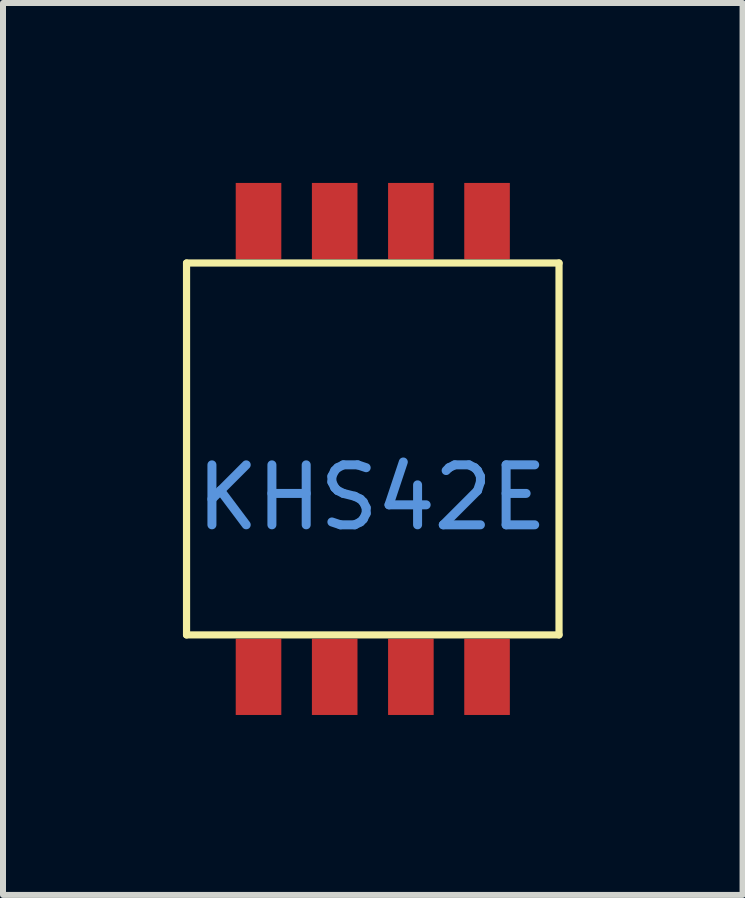
<source format=kicad_pcb>
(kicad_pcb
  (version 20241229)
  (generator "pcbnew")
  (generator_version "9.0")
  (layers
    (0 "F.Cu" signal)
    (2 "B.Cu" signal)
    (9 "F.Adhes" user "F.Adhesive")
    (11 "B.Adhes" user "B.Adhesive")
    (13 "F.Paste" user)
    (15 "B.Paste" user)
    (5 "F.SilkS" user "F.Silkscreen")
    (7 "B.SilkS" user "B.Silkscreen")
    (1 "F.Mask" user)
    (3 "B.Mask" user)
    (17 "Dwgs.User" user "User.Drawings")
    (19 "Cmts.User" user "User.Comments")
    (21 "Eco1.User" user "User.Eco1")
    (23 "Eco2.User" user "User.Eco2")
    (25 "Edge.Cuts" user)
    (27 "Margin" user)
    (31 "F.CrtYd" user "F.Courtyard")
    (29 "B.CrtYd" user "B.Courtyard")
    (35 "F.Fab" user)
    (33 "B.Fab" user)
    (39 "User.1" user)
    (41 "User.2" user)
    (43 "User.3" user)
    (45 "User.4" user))
  (footprint "KHS42E"
    (layer "F.Cu")
    (at 1.26 8.235)
    (property "Reference" "KHS42E" (at 1.89 -2.99 0) (layer "Cmts.User") (effects (font (size 1 1) (thickness 0.15))))
    (attr through_hole)
    (fp_line (start -1.2 -6.9) (end 5.01 -6.9) (stroke (width 0.12) (type solid)) (layer "F.SilkS"))
    (fp_line (start -1.2 -0.7) (end -1.2 -6.9) (stroke (width 0.12) (type solid)) (layer "F.SilkS"))
    (fp_line (start -1.2 -0.7) (end 5.01 -0.7) (stroke (width 0.12) (type solid)) (layer "F.SilkS"))
    (fp_line (start 5.01 -6.9) (end 5.01 -0.7) (stroke (width 0.12) (type solid)) (layer "F.SilkS"))
    (pad "1" smd rect (at 0 0) (size 0.76 1.27) (layers "F.Cu" "F.Mask" "F.Paste"))
    (pad "2" smd rect (at 1.27 0) (size 0.76 1.27) (layers "F.Cu" "F.Mask" "F.Paste"))
    (pad "3" smd rect (at 2.54 0) (size 0.76 1.27) (layers "F.Cu" "F.Mask" "F.Paste"))
    (pad "4" smd rect (at 3.81 0) (size 0.76 1.27) (layers "F.Cu" "F.Mask" "F.Paste"))
    (pad "5" smd rect (at 3.81 -7.6) (size 0.76 1.27) (layers "F.Cu" "F.Mask" "F.Paste"))
    (pad "6" smd rect (at 2.54 -7.6) (size 0.76 1.27) (layers "F.Cu" "F.Mask" "F.Paste"))
    (pad "7" smd rect (at 1.27 -7.6) (size 0.76 1.27) (layers "F.Cu" "F.Mask" "F.Paste"))
    (pad "8" smd rect (at 0 -7.6) (size 0.76 1.27) (layers "F.Cu" "F.Mask" "F.Paste")))
  (gr_rect
    (start -3 -3)
    (end 9.33 11.87)
    (stroke (width 0.1) (type default))
    (fill no)
    (layer "Edge.Cuts")))
</source>
